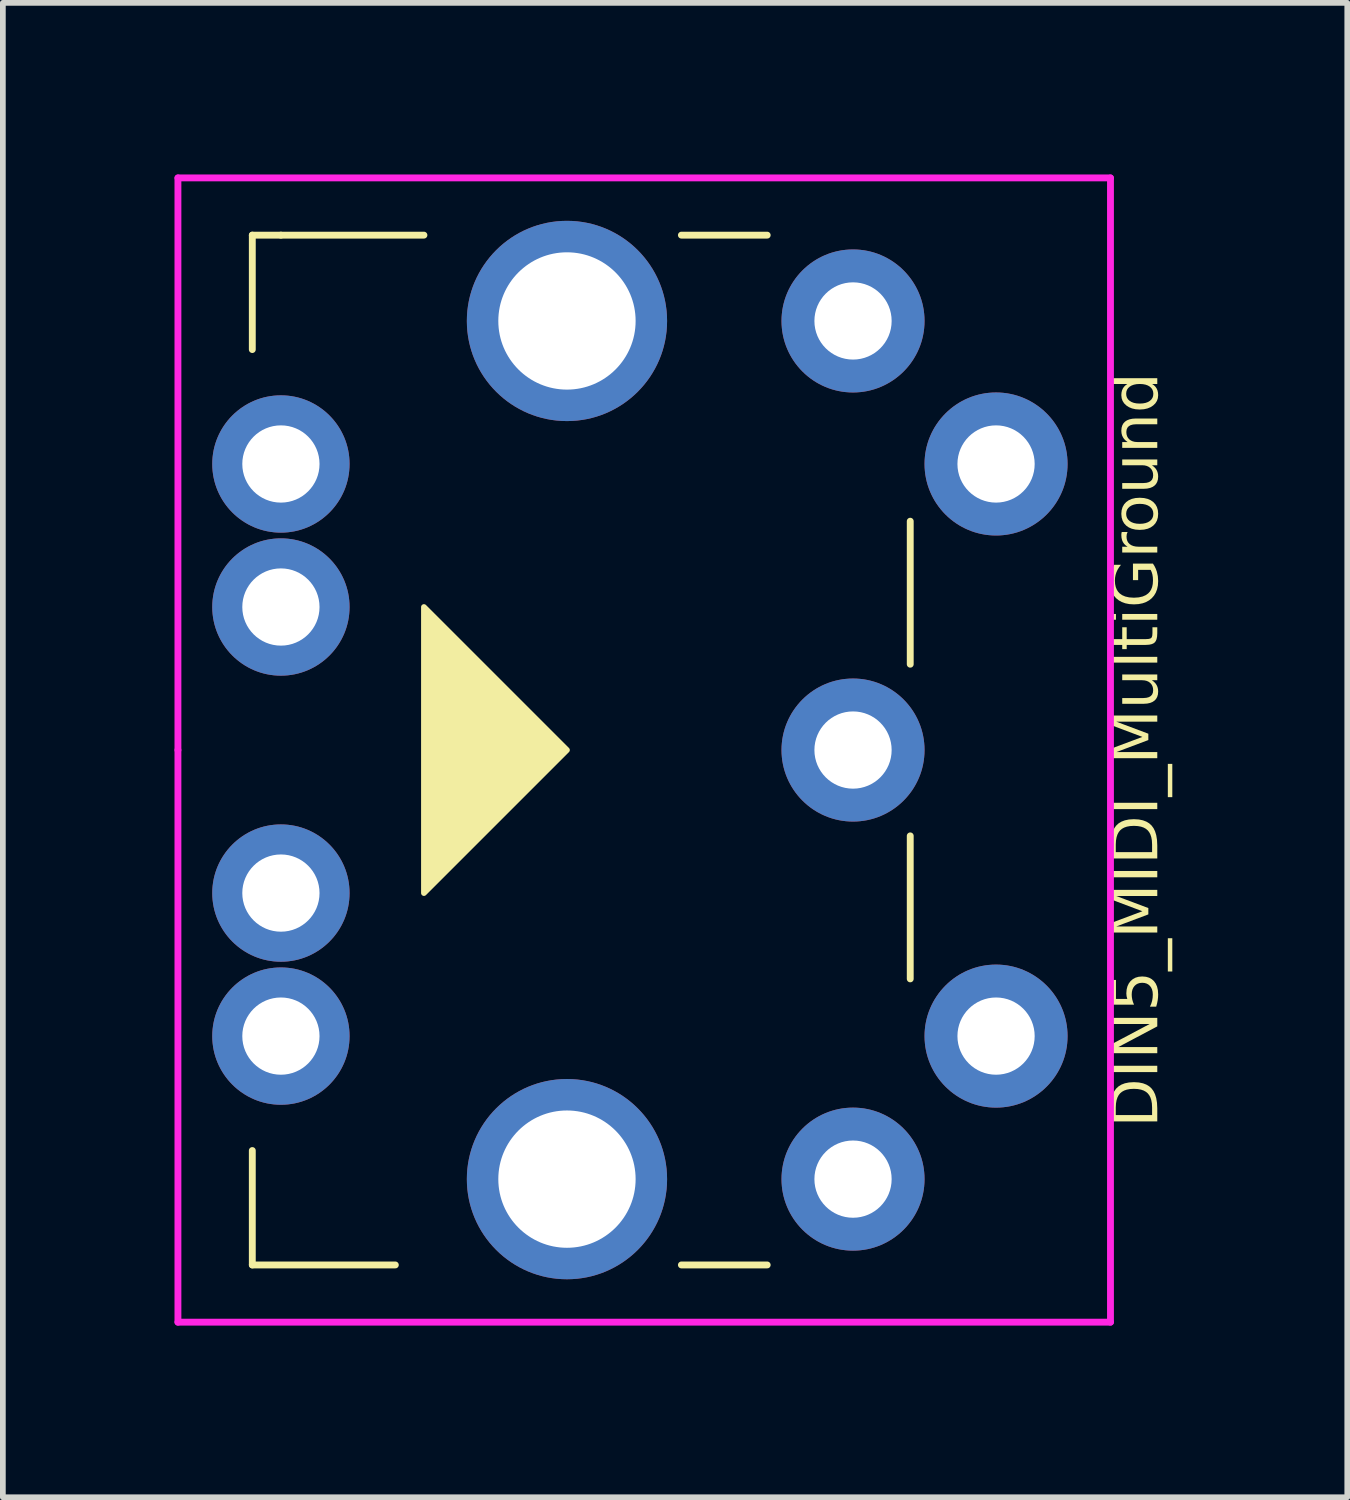
<source format=kicad_pcb>
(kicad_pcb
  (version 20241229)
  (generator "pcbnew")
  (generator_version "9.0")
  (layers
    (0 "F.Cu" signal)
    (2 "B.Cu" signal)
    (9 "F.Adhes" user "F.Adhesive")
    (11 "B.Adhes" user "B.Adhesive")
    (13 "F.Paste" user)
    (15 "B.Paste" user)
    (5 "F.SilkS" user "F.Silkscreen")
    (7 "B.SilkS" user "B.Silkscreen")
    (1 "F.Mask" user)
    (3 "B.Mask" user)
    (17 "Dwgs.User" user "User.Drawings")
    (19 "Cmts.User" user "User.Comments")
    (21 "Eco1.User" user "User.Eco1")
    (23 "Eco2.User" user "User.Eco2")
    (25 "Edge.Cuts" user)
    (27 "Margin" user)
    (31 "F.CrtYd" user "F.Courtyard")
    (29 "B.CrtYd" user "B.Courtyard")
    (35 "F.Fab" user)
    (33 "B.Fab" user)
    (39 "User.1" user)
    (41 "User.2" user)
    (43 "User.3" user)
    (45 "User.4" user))
  (footprint "DIN5_MIDI_MultiGround"
    (layer "F.Cu")
    (at 11.86 10.06)
    (property "Reference" "DIN5_MIDI_MultiGround" (at 4.986 0 270) (layer "F.SilkS") (effects (font (face "Berlin Type Office") (size 0.8 0.8) (thickness 0.1))))
    (attr through_hole exclude_from_pos_files exclude_from_bom)
    (fp_line (start -10.5 -9) (end -10.5 -7) (stroke (width 0.12) (type solid)) (layer "F.SilkS"))
    (fp_line (start -10.5 9) (end -10.5 7) (stroke (width 0.12) (type solid)) (layer "F.SilkS"))
    (fp_line (start -10.5 9) (end -8 9) (stroke (width 0.12) (type solid)) (layer "F.SilkS"))
    (fp_line (start -10 -9) (end -10.5 -9) (stroke (width 0.12) (type solid)) (layer "F.SilkS"))
    (fp_line (start -10 -9) (end -7.5 -9) (stroke (width 0.12) (type solid)) (layer "F.SilkS"))
    (fp_line (start -3 -9) (end -1.5 -9) (stroke (width 0.12) (type solid)) (layer "F.SilkS"))
    (fp_line (start -3 9) (end -1.5 9) (stroke (width 0.12) (type solid)) (layer "F.SilkS"))
    (fp_line (start 1 -4) (end 1 -1.5) (stroke (width 0.12) (type solid)) (layer "F.SilkS"))
    (fp_line (start 1 1.5) (end 1 4) (stroke (width 0.12) (type solid)) (layer "F.SilkS"))
    (fp_poly (pts (xy -5 0) (xy -7.5 2.5) (xy -7.5 -2.5)) (stroke (width 0.1) (type solid)) (fill yes) (layer "F.SilkS"))
    (fp_line (start -11.8 0) (end -11.8 -10) (stroke (width 0.12) (type solid)) (layer "F.CrtYd"))
    (fp_line (start -11.8 0) (end -11.8 10) (stroke (width 0.12) (type solid)) (layer "F.CrtYd"))
    (fp_line (start -11.8 10) (end 4.5 10) (stroke (width 0.12) (type solid)) (layer "F.CrtYd"))
    (fp_line (start 4.5 -10) (end -11.8 -10) (stroke (width 0.12) (type solid)) (layer "F.CrtYd"))
    (fp_line (start 4.5 10) (end 4.5 -10) (stroke (width 0.12) (type solid)) (layer "F.CrtYd"))
    (pad "" thru_hole circle (at -5 -7.5) (size 3.5 3.5) (drill 2.4) (layers "*.Cu" "*.Mask"))
    (pad "" thru_hole circle (at -5 7.5) (size 3.5 3.5) (drill 2.4) (layers "*.Cu" "*.Mask"))
    (pad "1" thru_hole circle (at 0 7.5) (size 2.5 2.5) (drill 1.35) (layers "*.Cu" "*.Mask"))
    (pad "2" thru_hole circle (at 0 0) (size 2.5 2.5) (drill 1.35) (layers "*.Cu" "*.Mask"))
    (pad "3" thru_hole circle (at 0 -7.5) (size 2.5 2.5) (drill 1.35) (layers "*.Cu" "*.Mask"))
    (pad "4" thru_hole circle (at 2.5 5) (size 2.5 2.5) (drill 1.35) (layers "*.Cu" "*.Mask"))
    (pad "5" thru_hole circle (at 2.5 -5) (size 2.5 2.5) (drill 1.35) (layers "*.Cu" "*.Mask"))
    (pad "G" thru_hole circle (at -10 -5) (size 2.4 2.4) (drill 1.35) (layers "*.Cu" "*.Mask"))
    (pad "G" thru_hole circle (at -10 -2.5) (size 2.4 2.4) (drill 1.35) (layers "*.Cu" "*.Mask"))
    (pad "G" thru_hole circle (at -10 2.5) (size 2.4 2.4) (drill 1.35) (layers "*.Cu" "*.Mask"))
    (pad "G" thru_hole circle (at -10 5) (size 2.4 2.4) (drill 1.35) (layers "*.Cu" "*.Mask")))
  (gr_rect
    (start -3 -3)
    (end 20.499 23.12)
    (stroke (width 0.1) (type default))
    (fill no)
    (layer "Edge.Cuts")))
</source>
